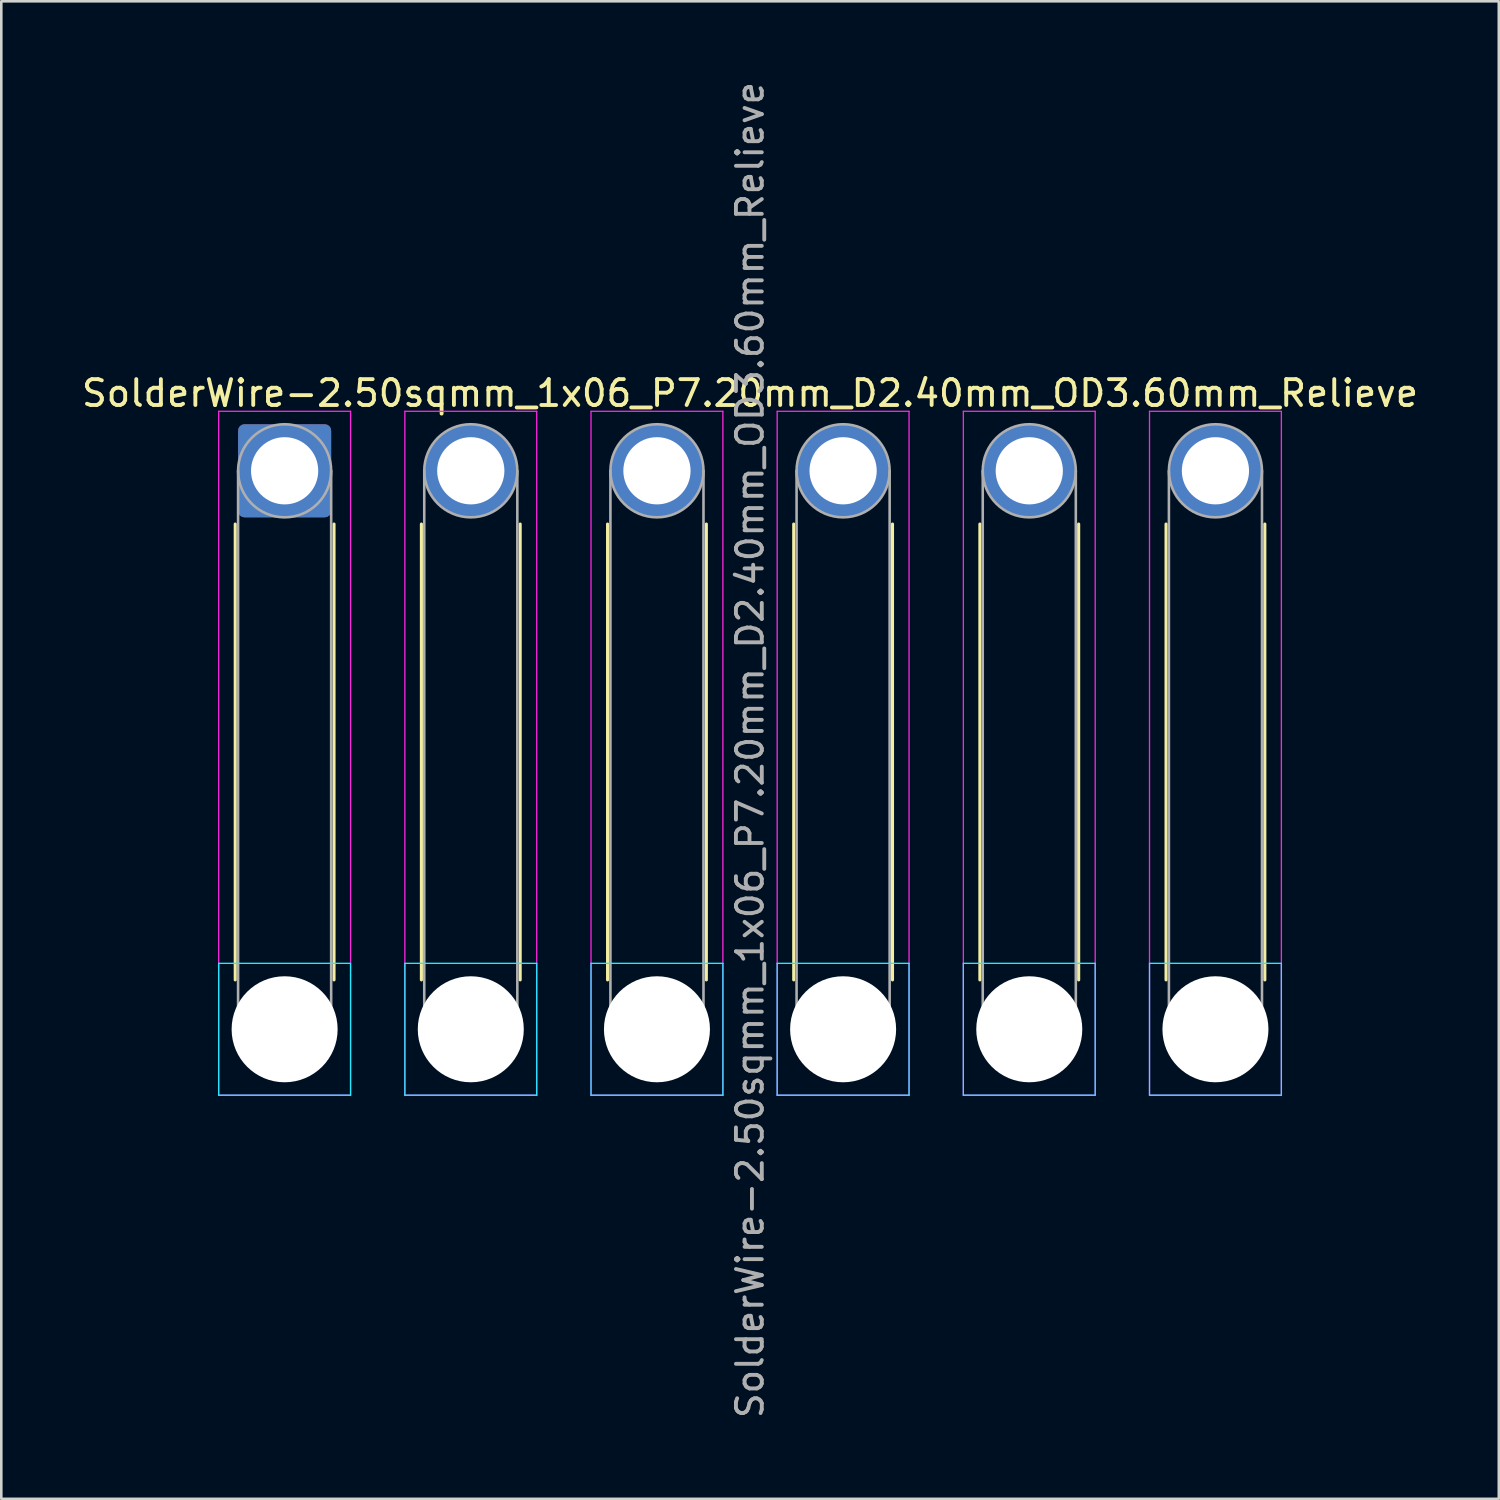
<source format=kicad_pcb>
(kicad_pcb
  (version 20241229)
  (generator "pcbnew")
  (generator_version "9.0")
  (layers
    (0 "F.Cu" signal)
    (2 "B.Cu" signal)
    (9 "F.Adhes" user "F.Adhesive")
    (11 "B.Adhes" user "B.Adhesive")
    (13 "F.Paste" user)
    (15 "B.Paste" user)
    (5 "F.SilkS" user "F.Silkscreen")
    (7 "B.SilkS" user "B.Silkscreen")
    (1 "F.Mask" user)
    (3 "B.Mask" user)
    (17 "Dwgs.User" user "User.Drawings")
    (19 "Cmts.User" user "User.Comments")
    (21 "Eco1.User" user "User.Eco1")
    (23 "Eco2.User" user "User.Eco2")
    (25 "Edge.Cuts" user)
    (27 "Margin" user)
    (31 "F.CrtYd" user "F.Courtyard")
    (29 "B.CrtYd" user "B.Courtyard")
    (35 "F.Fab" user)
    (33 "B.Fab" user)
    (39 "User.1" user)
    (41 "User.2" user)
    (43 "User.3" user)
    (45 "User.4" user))
  (footprint "SolderWire-2.50sqmm_1x06_P7.20mm_D2.40mm_OD3.60mm_Relieve"
    (layer "F.Cu")
    (at 7.958 15.158)
    (property "Reference" "SolderWire-2.50sqmm_1x06_P7.20mm_D2.40mm_OD3.60mm_Relieve" (at 18 -3 0) (layer "F.SilkS") (effects (font (size 1 1) (thickness 0.15))))
    (attr exclude_from_pos_files exclude_from_bom)
    (fp_line (start -1.91 2.06) (end -1.91 19.69) (stroke (width 0.12) (type solid)) (layer "F.SilkS"))
    (fp_line (start 1.91 2.06) (end 1.91 19.69) (stroke (width 0.12) (type solid)) (layer "F.SilkS"))
    (fp_line (start 5.29 2.06) (end 5.29 19.69) (stroke (width 0.12) (type solid)) (layer "F.SilkS"))
    (fp_line (start 9.11 2.06) (end 9.11 19.69) (stroke (width 0.12) (type solid)) (layer "F.SilkS"))
    (fp_line (start 12.49 2.06) (end 12.49 19.69) (stroke (width 0.12) (type solid)) (layer "F.SilkS"))
    (fp_line (start 16.31 2.06) (end 16.31 19.69) (stroke (width 0.12) (type solid)) (layer "F.SilkS"))
    (fp_line (start 19.69 2.06) (end 19.69 19.69) (stroke (width 0.12) (type solid)) (layer "F.SilkS"))
    (fp_line (start 23.51 2.06) (end 23.51 19.69) (stroke (width 0.12) (type solid)) (layer "F.SilkS"))
    (fp_line (start 26.89 2.06) (end 26.89 19.69) (stroke (width 0.12) (type solid)) (layer "F.SilkS"))
    (fp_line (start 30.71 2.06) (end 30.71 19.69) (stroke (width 0.12) (type solid)) (layer "F.SilkS"))
    (fp_line (start 34.09 2.06) (end 34.09 19.69) (stroke (width 0.12) (type solid)) (layer "F.SilkS"))
    (fp_line (start 37.91 2.06) (end 37.91 19.69) (stroke (width 0.12) (type solid)) (layer "F.SilkS"))
    (fp_line (start -2.55 19.05) (end -2.55 24.15) (stroke (width 0.05) (type solid)) (layer "B.CrtYd"))
    (fp_line (start -2.55 24.15) (end 2.55 24.15) (stroke (width 0.05) (type solid)) (layer "B.CrtYd"))
    (fp_line (start 2.55 19.05) (end -2.55 19.05) (stroke (width 0.05) (type solid)) (layer "B.CrtYd"))
    (fp_line (start 2.55 24.15) (end 2.55 19.05) (stroke (width 0.05) (type solid)) (layer "B.CrtYd"))
    (fp_line (start 4.65 19.05) (end 4.65 24.15) (stroke (width 0.05) (type solid)) (layer "B.CrtYd"))
    (fp_line (start 4.65 24.15) (end 9.75 24.15) (stroke (width 0.05) (type solid)) (layer "B.CrtYd"))
    (fp_line (start 9.75 19.05) (end 4.65 19.05) (stroke (width 0.05) (type solid)) (layer "B.CrtYd"))
    (fp_line (start 9.75 24.15) (end 9.75 19.05) (stroke (width 0.05) (type solid)) (layer "B.CrtYd"))
    (fp_line (start 11.85 19.05) (end 11.85 24.15) (stroke (width 0.05) (type solid)) (layer "B.CrtYd"))
    (fp_line (start 11.85 24.15) (end 16.95 24.15) (stroke (width 0.05) (type solid)) (layer "B.CrtYd"))
    (fp_line (start 16.95 19.05) (end 11.85 19.05) (stroke (width 0.05) (type solid)) (layer "B.CrtYd"))
    (fp_line (start 16.95 24.15) (end 16.95 19.05) (stroke (width 0.05) (type solid)) (layer "B.CrtYd"))
    (fp_line (start 19.05 19.05) (end 19.05 24.15) (stroke (width 0.05) (type solid)) (layer "B.CrtYd"))
    (fp_line (start 19.05 24.15) (end 24.15 24.15) (stroke (width 0.05) (type solid)) (layer "B.CrtYd"))
    (fp_line (start 24.15 19.05) (end 19.05 19.05) (stroke (width 0.05) (type solid)) (layer "B.CrtYd"))
    (fp_line (start 24.15 24.15) (end 24.15 19.05) (stroke (width 0.05) (type solid)) (layer "B.CrtYd"))
    (fp_line (start 26.25 19.05) (end 26.25 24.15) (stroke (width 0.05) (type solid)) (layer "B.CrtYd"))
    (fp_line (start 26.25 24.15) (end 31.35 24.15) (stroke (width 0.05) (type solid)) (layer "B.CrtYd"))
    (fp_line (start 31.35 19.05) (end 26.25 19.05) (stroke (width 0.05) (type solid)) (layer "B.CrtYd"))
    (fp_line (start 31.35 24.15) (end 31.35 19.05) (stroke (width 0.05) (type solid)) (layer "B.CrtYd"))
    (fp_line (start 33.45 19.05) (end 33.45 24.15) (stroke (width 0.05) (type solid)) (layer "B.CrtYd"))
    (fp_line (start 33.45 24.15) (end 38.55 24.15) (stroke (width 0.05) (type solid)) (layer "B.CrtYd"))
    (fp_line (start 38.55 19.05) (end 33.45 19.05) (stroke (width 0.05) (type solid)) (layer "B.CrtYd"))
    (fp_line (start 38.55 24.15) (end 38.55 19.05) (stroke (width 0.05) (type solid)) (layer "B.CrtYd"))
    (fp_line (start -2.55 -2.3) (end -2.55 24.15) (stroke (width 0.05) (type solid)) (layer "F.CrtYd"))
    (fp_line (start -2.55 24.15) (end 2.55 24.15) (stroke (width 0.05) (type solid)) (layer "F.CrtYd"))
    (fp_line (start 2.55 -2.3) (end -2.55 -2.3) (stroke (width 0.05) (type solid)) (layer "F.CrtYd"))
    (fp_line (start 2.55 24.15) (end 2.55 -2.3) (stroke (width 0.05) (type solid)) (layer "F.CrtYd"))
    (fp_line (start 4.65 -2.3) (end 4.65 24.15) (stroke (width 0.05) (type solid)) (layer "F.CrtYd"))
    (fp_line (start 4.65 24.15) (end 9.75 24.15) (stroke (width 0.05) (type solid)) (layer "F.CrtYd"))
    (fp_line (start 9.75 -2.3) (end 4.65 -2.3) (stroke (width 0.05) (type solid)) (layer "F.CrtYd"))
    (fp_line (start 9.75 24.15) (end 9.75 -2.3) (stroke (width 0.05) (type solid)) (layer "F.CrtYd"))
    (fp_line (start 11.85 -2.3) (end 11.85 24.15) (stroke (width 0.05) (type solid)) (layer "F.CrtYd"))
    (fp_line (start 11.85 24.15) (end 16.95 24.15) (stroke (width 0.05) (type solid)) (layer "F.CrtYd"))
    (fp_line (start 16.95 -2.3) (end 11.85 -2.3) (stroke (width 0.05) (type solid)) (layer "F.CrtYd"))
    (fp_line (start 16.95 24.15) (end 16.95 -2.3) (stroke (width 0.05) (type solid)) (layer "F.CrtYd"))
    (fp_line (start 19.05 -2.3) (end 19.05 24.15) (stroke (width 0.05) (type solid)) (layer "F.CrtYd"))
    (fp_line (start 19.05 24.15) (end 24.15 24.15) (stroke (width 0.05) (type solid)) (layer "F.CrtYd"))
    (fp_line (start 24.15 -2.3) (end 19.05 -2.3) (stroke (width 0.05) (type solid)) (layer "F.CrtYd"))
    (fp_line (start 24.15 24.15) (end 24.15 -2.3) (stroke (width 0.05) (type solid)) (layer "F.CrtYd"))
    (fp_line (start 26.25 -2.3) (end 26.25 24.15) (stroke (width 0.05) (type solid)) (layer "F.CrtYd"))
    (fp_line (start 26.25 24.15) (end 31.35 24.15) (stroke (width 0.05) (type solid)) (layer "F.CrtYd"))
    (fp_line (start 31.35 -2.3) (end 26.25 -2.3) (stroke (width 0.05) (type solid)) (layer "F.CrtYd"))
    (fp_line (start 31.35 24.15) (end 31.35 -2.3) (stroke (width 0.05) (type solid)) (layer "F.CrtYd"))
    (fp_line (start 33.45 -2.3) (end 33.45 24.15) (stroke (width 0.05) (type solid)) (layer "F.CrtYd"))
    (fp_line (start 33.45 24.15) (end 38.55 24.15) (stroke (width 0.05) (type solid)) (layer "F.CrtYd"))
    (fp_line (start 38.55 -2.3) (end 33.45 -2.3) (stroke (width 0.05) (type solid)) (layer "F.CrtYd"))
    (fp_line (start 38.55 24.15) (end 38.55 -2.3) (stroke (width 0.05) (type solid)) (layer "F.CrtYd"))
    (fp_line (start -1.8 0) (end -1.8 21.6) (stroke (width 0.1) (type solid)) (layer "F.Fab"))
    (fp_line (start 1.8 0) (end 1.8 21.6) (stroke (width 0.1) (type solid)) (layer "F.Fab"))
    (fp_line (start 5.4 0) (end 5.4 21.6) (stroke (width 0.1) (type solid)) (layer "F.Fab"))
    (fp_line (start 9 0) (end 9 21.6) (stroke (width 0.1) (type solid)) (layer "F.Fab"))
    (fp_line (start 12.6 0) (end 12.6 21.6) (stroke (width 0.1) (type solid)) (layer "F.Fab"))
    (fp_line (start 16.2 0) (end 16.2 21.6) (stroke (width 0.1) (type solid)) (layer "F.Fab"))
    (fp_line (start 19.8 0) (end 19.8 21.6) (stroke (width 0.1) (type solid)) (layer "F.Fab"))
    (fp_line (start 23.4 0) (end 23.4 21.6) (stroke (width 0.1) (type solid)) (layer "F.Fab"))
    (fp_line (start 27 0) (end 27 21.6) (stroke (width 0.1) (type solid)) (layer "F.Fab"))
    (fp_line (start 30.6 0) (end 30.6 21.6) (stroke (width 0.1) (type solid)) (layer "F.Fab"))
    (fp_line (start 34.2 0) (end 34.2 21.6) (stroke (width 0.1) (type solid)) (layer "F.Fab"))
    (fp_line (start 37.8 0) (end 37.8 21.6) (stroke (width 0.1) (type solid)) (layer "F.Fab"))
    (fp_circle (center 0 0) (end 1.8 0) (stroke (width 0.1) (type solid)) (fill no) (layer "F.Fab"))
    (fp_circle (center 0 21.6) (end 1.8 21.6) (stroke (width 0.1) (type solid)) (fill no) (layer "F.Fab"))
    (fp_circle (center 7.2 0) (end 9 0) (stroke (width 0.1) (type solid)) (fill no) (layer "F.Fab"))
    (fp_circle (center 7.2 21.6) (end 9 21.6) (stroke (width 0.1) (type solid)) (fill no) (layer "F.Fab"))
    (fp_circle (center 14.4 0) (end 16.2 0) (stroke (width 0.1) (type solid)) (fill no) (layer "F.Fab"))
    (fp_circle (center 14.4 21.6) (end 16.2 21.6) (stroke (width 0.1) (type solid)) (fill no) (layer "F.Fab"))
    (fp_circle (center 21.6 0) (end 23.4 0) (stroke (width 0.1) (type solid)) (fill no) (layer "F.Fab"))
    (fp_circle (center 21.6 21.6) (end 23.4 21.6) (stroke (width 0.1) (type solid)) (fill no) (layer "F.Fab"))
    (fp_circle (center 28.8 0) (end 30.6 0) (stroke (width 0.1) (type solid)) (fill no) (layer "F.Fab"))
    (fp_circle (center 28.8 21.6) (end 30.6 21.6) (stroke (width 0.1) (type solid)) (fill no) (layer "F.Fab"))
    (fp_circle (center 36 0) (end 37.8 0) (stroke (width 0.1) (type solid)) (fill no) (layer "F.Fab"))
    (fp_circle (center 36 21.6) (end 37.8 21.6) (stroke (width 0.1) (type solid)) (fill no) (layer "F.Fab"))
    (fp_text user "${REFERENCE}" (at 18 10.8 90) (layer "F.Fab") (effects (font (size 1 1) (thickness 0.15))))
    (pad "" np_thru_hole circle (at 0 21.6) (size 4.1 4.1) (drill 4.1) (layers "*.Cu" "*.Mask"))
    (pad "" np_thru_hole circle (at 7.2 21.6) (size 4.1 4.1) (drill 4.1) (layers "*.Cu" "*.Mask"))
    (pad "" np_thru_hole circle (at 14.4 21.6) (size 4.1 4.1) (drill 4.1) (layers "*.Cu" "*.Mask"))
    (pad "" np_thru_hole circle (at 21.6 21.6) (size 4.1 4.1) (drill 4.1) (layers "*.Cu" "*.Mask"))
    (pad "" np_thru_hole circle (at 28.8 21.6) (size 4.1 4.1) (drill 4.1) (layers "*.Cu" "*.Mask"))
    (pad "" np_thru_hole circle (at 36 21.6) (size 4.1 4.1) (drill 4.1) (layers "*.Cu" "*.Mask"))
    (pad "1" thru_hole roundrect (at 0 0) (size 3.6 3.6) (drill 2.6) (layers "*.Cu" "*.Mask") (roundrect_rratio 0.069))
    (pad "2" thru_hole circle (at 7.2 0) (size 3.6 3.6) (drill 2.6) (layers "*.Cu" "*.Mask"))
    (pad "3" thru_hole circle (at 14.4 0) (size 3.6 3.6) (drill 2.6) (layers "*.Cu" "*.Mask"))
    (pad "4" thru_hole circle (at 21.6 0) (size 3.6 3.6) (drill 2.6) (layers "*.Cu" "*.Mask"))
    (pad "5" thru_hole circle (at 28.8 0) (size 3.6 3.6) (drill 2.6) (layers "*.Cu" "*.Mask"))
    (pad "6" thru_hole circle (at 36 0) (size 3.6 3.6) (drill 2.6) (layers "*.Cu" "*.Mask")))
  (gr_rect
    (start -3 -3)
    (end 54.917 54.917)
    (stroke (width 0.1) (type default))
    (fill no)
    (layer "Edge.Cuts")))
</source>
